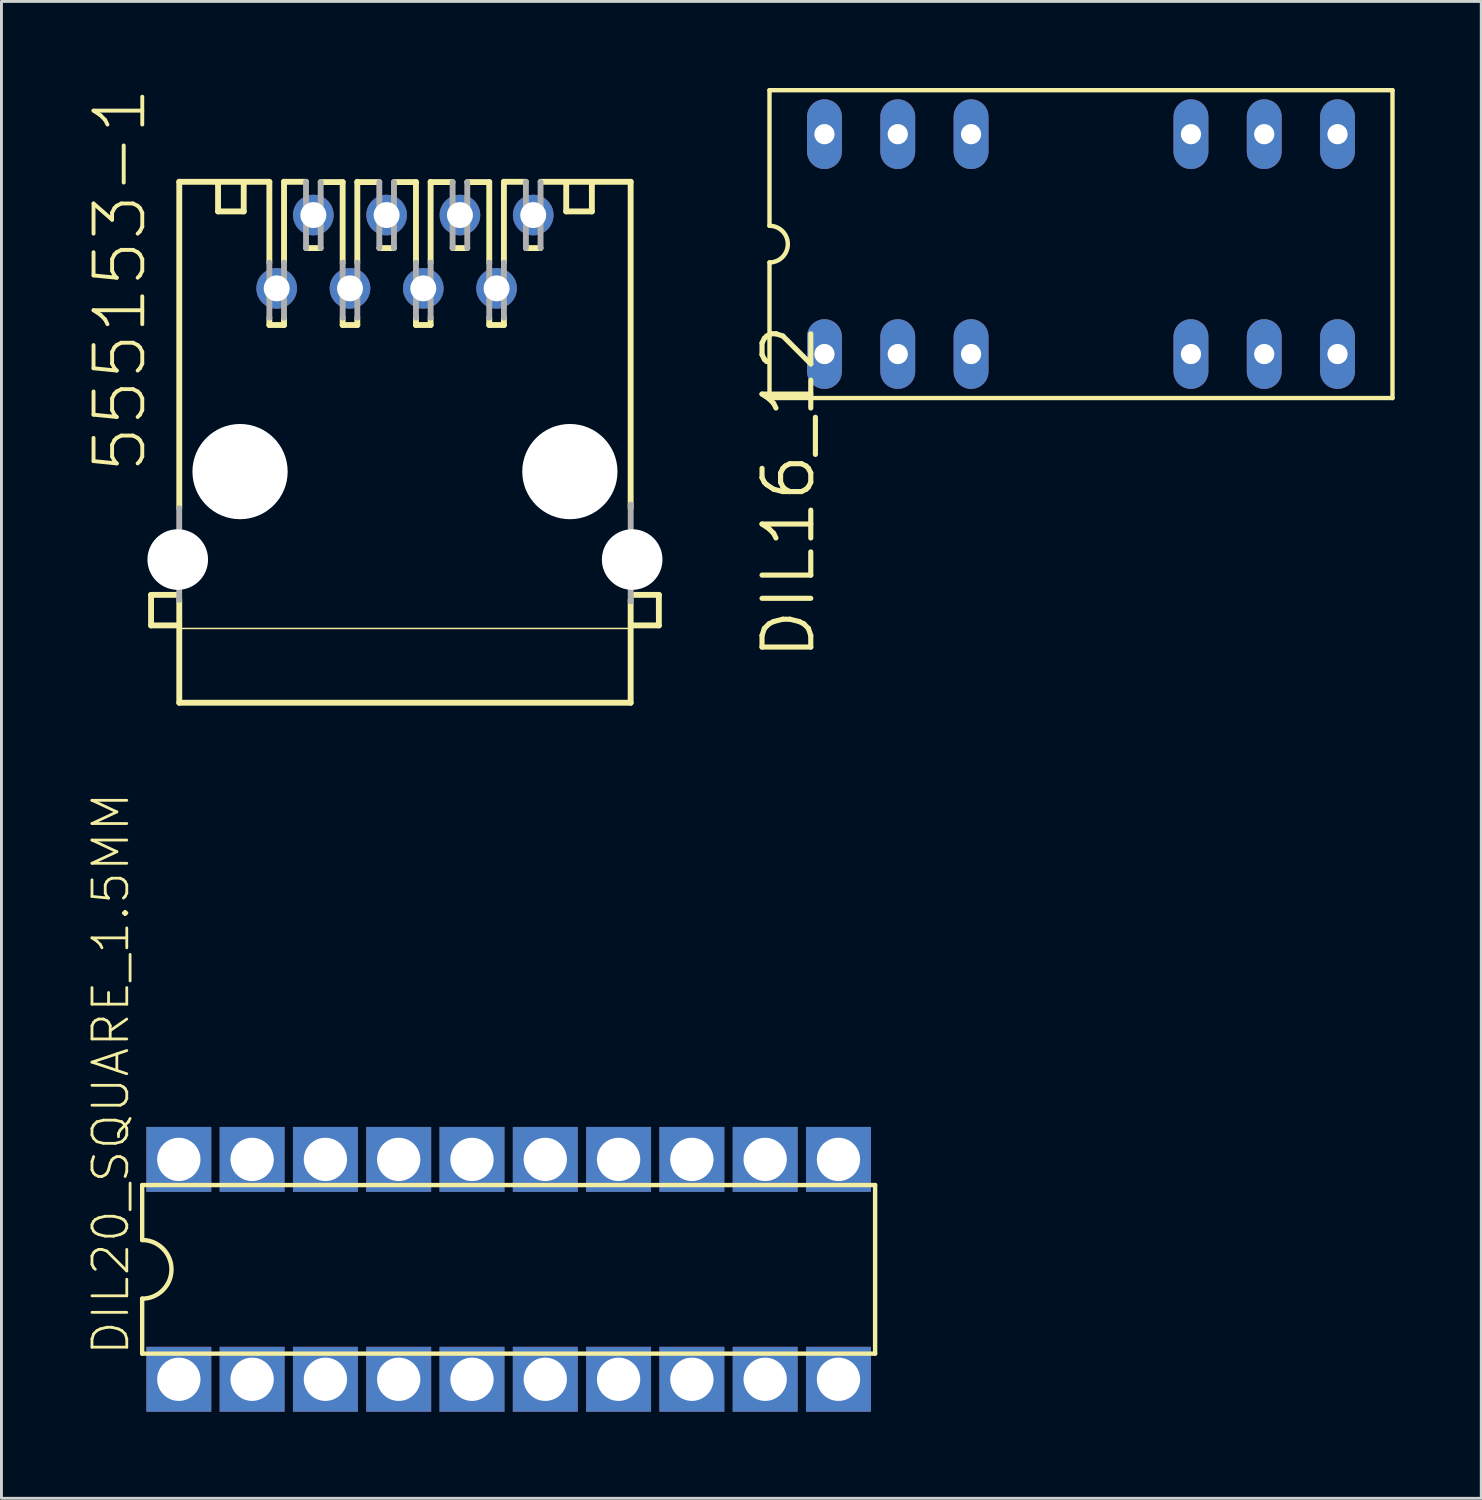
<source format=kicad_pcb>
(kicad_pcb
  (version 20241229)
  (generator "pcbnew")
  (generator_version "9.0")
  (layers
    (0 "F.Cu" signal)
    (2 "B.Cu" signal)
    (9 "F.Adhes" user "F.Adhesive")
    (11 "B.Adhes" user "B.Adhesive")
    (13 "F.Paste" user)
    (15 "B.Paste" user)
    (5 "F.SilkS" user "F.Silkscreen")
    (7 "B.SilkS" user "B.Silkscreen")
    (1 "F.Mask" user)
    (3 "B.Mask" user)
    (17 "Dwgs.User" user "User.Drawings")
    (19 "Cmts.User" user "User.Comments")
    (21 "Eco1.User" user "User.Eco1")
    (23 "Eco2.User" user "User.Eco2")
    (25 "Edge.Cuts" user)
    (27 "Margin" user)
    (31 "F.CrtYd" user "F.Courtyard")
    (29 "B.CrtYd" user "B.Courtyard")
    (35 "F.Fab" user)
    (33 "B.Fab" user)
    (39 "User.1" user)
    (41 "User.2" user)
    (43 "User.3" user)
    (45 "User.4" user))
  (footprint "555153-1"
    (layer "F.Cu")
    (at 10.984 13.293)
    (property "Reference" "555153-1" (at -8.89 0.127 270) (layer "F.SilkS") (effects (font (size 1.689 1.689) (thickness 0.135)) (justify left bottom)))
    (attr through_hole)
    (fp_line (start -8.799 4.273) (end -7.845 4.273) (stroke (width 0.203) (type solid)) (layer "F.SilkS"))
    (fp_line (start -8.799 5.331) (end -8.799 4.273) (stroke (width 0.203) (type solid)) (layer "F.SilkS"))
    (fp_line (start -7.874 5.436) (end 7.874 5.436) (stroke (width 0.051) (type solid)) (layer "F.SilkS"))
    (fp_line (start -7.844 5.331) (end -8.799 5.331) (stroke (width 0.203) (type solid)) (layer "F.SilkS"))
    (fp_line (start -7.821 -10.043) (end -4.699 -10.043) (stroke (width 0.203) (type solid)) (layer "F.SilkS"))
    (fp_line (start -7.821 1.27) (end -7.821 -10.043) (stroke (width 0.203) (type solid)) (layer "F.SilkS"))
    (fp_line (start -7.821 8.011) (end -7.821 4.445) (stroke (width 0.203) (type solid)) (layer "F.SilkS"))
    (fp_line (start -6.477 -10.033) (end -6.477 -9.017) (stroke (width 0.203) (type solid)) (layer "F.SilkS"))
    (fp_line (start -6.477 -9.017) (end -5.588 -9.017) (stroke (width 0.203) (type solid)) (layer "F.SilkS"))
    (fp_line (start -5.588 -9.017) (end -5.588 -10.033) (stroke (width 0.203) (type solid)) (layer "F.SilkS"))
    (fp_line (start -4.699 -7.239) (end -4.699 -10.033) (stroke (width 0.203) (type solid)) (layer "F.SilkS"))
    (fp_line (start -4.699 -5.08) (end -4.699 -5.334) (stroke (width 0.203) (type solid)) (layer "F.SilkS"))
    (fp_line (start -4.191 -10.043) (end -3.429 -10.043) (stroke (width 0.203) (type solid)) (layer "F.SilkS"))
    (fp_line (start -4.191 -7.239) (end -4.191 -10.043) (stroke (width 0.203) (type solid)) (layer "F.SilkS"))
    (fp_line (start -4.191 -5.08) (end -4.699 -5.08) (stroke (width 0.203) (type solid)) (layer "F.SilkS"))
    (fp_line (start -4.191 -5.08) (end -4.191 -5.334) (stroke (width 0.203) (type solid)) (layer "F.SilkS"))
    (fp_line (start -2.921 -10.033) (end -2.159 -10.033) (stroke (width 0.203) (type solid)) (layer "F.SilkS"))
    (fp_line (start -2.921 -7.747) (end -3.429 -7.747) (stroke (width 0.203) (type solid)) (layer "F.SilkS"))
    (fp_line (start -2.159 -7.239) (end -2.159 -10.033) (stroke (width 0.203) (type solid)) (layer "F.SilkS"))
    (fp_line (start -2.159 -5.08) (end -2.159 -5.334) (stroke (width 0.203) (type solid)) (layer "F.SilkS"))
    (fp_line (start -1.651 -10.033) (end -0.889 -10.033) (stroke (width 0.203) (type solid)) (layer "F.SilkS"))
    (fp_line (start -1.651 -7.239) (end -1.651 -10.043) (stroke (width 0.203) (type solid)) (layer "F.SilkS"))
    (fp_line (start -1.651 -5.08) (end -2.159 -5.08) (stroke (width 0.203) (type solid)) (layer "F.SilkS"))
    (fp_line (start -1.651 -5.08) (end -1.651 -5.334) (stroke (width 0.203) (type solid)) (layer "F.SilkS"))
    (fp_line (start -0.381 -10.033) (end 0.381 -10.033) (stroke (width 0.203) (type solid)) (layer "F.SilkS"))
    (fp_line (start -0.381 -7.747) (end -0.889 -7.747) (stroke (width 0.203) (type solid)) (layer "F.SilkS"))
    (fp_line (start 0.381 -7.239) (end 0.381 -10.033) (stroke (width 0.203) (type solid)) (layer "F.SilkS"))
    (fp_line (start 0.381 -5.08) (end 0.381 -5.334) (stroke (width 0.203) (type solid)) (layer "F.SilkS"))
    (fp_line (start 0.889 -10.033) (end 1.651 -10.033) (stroke (width 0.203) (type solid)) (layer "F.SilkS"))
    (fp_line (start 0.889 -7.239) (end 0.889 -10.043) (stroke (width 0.203) (type solid)) (layer "F.SilkS"))
    (fp_line (start 0.889 -5.08) (end 0.381 -5.08) (stroke (width 0.203) (type solid)) (layer "F.SilkS"))
    (fp_line (start 0.889 -5.08) (end 0.889 -5.334) (stroke (width 0.203) (type solid)) (layer "F.SilkS"))
    (fp_line (start 2.159 -10.033) (end 2.921 -10.033) (stroke (width 0.203) (type solid)) (layer "F.SilkS"))
    (fp_line (start 2.159 -7.747) (end 1.651 -7.747) (stroke (width 0.203) (type solid)) (layer "F.SilkS"))
    (fp_line (start 2.921 -7.239) (end 2.921 -10.033) (stroke (width 0.203) (type solid)) (layer "F.SilkS"))
    (fp_line (start 2.921 -5.08) (end 2.921 -5.334) (stroke (width 0.203) (type solid)) (layer "F.SilkS"))
    (fp_line (start 3.429 -10.043) (end 4.191 -10.043) (stroke (width 0.203) (type solid)) (layer "F.SilkS"))
    (fp_line (start 3.429 -7.239) (end 3.429 -10.043) (stroke (width 0.203) (type solid)) (layer "F.SilkS"))
    (fp_line (start 3.429 -5.08) (end 2.921 -5.08) (stroke (width 0.203) (type solid)) (layer "F.SilkS"))
    (fp_line (start 3.429 -5.08) (end 3.429 -5.334) (stroke (width 0.203) (type solid)) (layer "F.SilkS"))
    (fp_line (start 4.699 -10.043) (end 7.821 -10.043) (stroke (width 0.203) (type solid)) (layer "F.SilkS"))
    (fp_line (start 4.699 -7.747) (end 4.191 -7.747) (stroke (width 0.203) (type solid)) (layer "F.SilkS"))
    (fp_line (start 5.588 -9.017) (end 5.588 -10.033) (stroke (width 0.203) (type solid)) (layer "F.SilkS"))
    (fp_line (start 6.477 -10.033) (end 6.477 -9.017) (stroke (width 0.203) (type solid)) (layer "F.SilkS"))
    (fp_line (start 6.477 -9.017) (end 5.588 -9.017) (stroke (width 0.203) (type solid)) (layer "F.SilkS"))
    (fp_line (start 7.821 -10.043) (end 7.821 1.27) (stroke (width 0.203) (type solid)) (layer "F.SilkS"))
    (fp_line (start 7.821 4.445) (end 7.821 8.011) (stroke (width 0.203) (type solid)) (layer "F.SilkS"))
    (fp_line (start 7.821 8.011) (end -7.821 8.011) (stroke (width 0.203) (type solid)) (layer "F.SilkS"))
    (fp_line (start 7.869 5.331) (end 8.799 5.331) (stroke (width 0.203) (type solid)) (layer "F.SilkS"))
    (fp_line (start 8.799 4.273) (end 7.87 4.273) (stroke (width 0.203) (type solid)) (layer "F.SilkS"))
    (fp_line (start 8.799 5.331) (end 8.799 4.273) (stroke (width 0.203) (type solid)) (layer "F.SilkS"))
    (fp_line (start -7.823 4.445) (end -7.823 1.27) (stroke (width 0.203) (type solid)) (layer "F.Fab"))
    (fp_line (start -4.699 -7.239) (end -4.699 -5.334) (stroke (width 0.203) (type solid)) (layer "F.Fab"))
    (fp_line (start -4.191 -7.239) (end -4.191 -5.334) (stroke (width 0.203) (type solid)) (layer "F.Fab"))
    (fp_line (start -3.429 -10.043) (end -3.429 -7.747) (stroke (width 0.203) (type solid)) (layer "F.Fab"))
    (fp_line (start -2.921 -10.033) (end -2.921 -7.747) (stroke (width 0.203) (type solid)) (layer "F.Fab"))
    (fp_line (start -2.159 -7.239) (end -2.159 -5.334) (stroke (width 0.203) (type solid)) (layer "F.Fab"))
    (fp_line (start -1.651 -7.239) (end -1.651 -5.334) (stroke (width 0.203) (type solid)) (layer "F.Fab"))
    (fp_line (start -0.889 -10.033) (end -0.889 -7.747) (stroke (width 0.203) (type solid)) (layer "F.Fab"))
    (fp_line (start -0.381 -10.033) (end -0.381 -7.747) (stroke (width 0.203) (type solid)) (layer "F.Fab"))
    (fp_line (start 0.381 -7.239) (end 0.381 -5.334) (stroke (width 0.203) (type solid)) (layer "F.Fab"))
    (fp_line (start 0.889 -7.239) (end 0.889 -5.334) (stroke (width 0.203) (type solid)) (layer "F.Fab"))
    (fp_line (start 1.651 -10.033) (end 1.651 -7.747) (stroke (width 0.203) (type solid)) (layer "F.Fab"))
    (fp_line (start 2.159 -10.033) (end 2.159 -7.747) (stroke (width 0.203) (type solid)) (layer "F.Fab"))
    (fp_line (start 2.921 -7.239) (end 2.921 -5.334) (stroke (width 0.203) (type solid)) (layer "F.Fab"))
    (fp_line (start 3.429 -7.239) (end 3.429 -5.334) (stroke (width 0.203) (type solid)) (layer "F.Fab"))
    (fp_line (start 4.191 -10.043) (end 4.191 -7.747) (stroke (width 0.203) (type solid)) (layer "F.Fab"))
    (fp_line (start 4.699 -10.033) (end 4.699 -7.747) (stroke (width 0.203) (type solid)) (layer "F.Fab"))
    (fp_line (start 7.823 4.496) (end 7.823 1.143) (stroke (width 0.203) (type solid)) (layer "F.Fab"))
    (pad "" np_thru_hole circle (at -7.874 3.048) (size 2.1 2.1) (drill 2.1) (layers "*.Cu" "*.Mask"))
    (pad "" np_thru_hole circle (at -5.715 0) (size 3.3 3.3) (drill 3.3) (layers "*.Cu" "*.Mask"))
    (pad "" np_thru_hole circle (at 5.715 0) (size 3.3 3.3) (drill 3.3) (layers "*.Cu" "*.Mask"))
    (pad "" np_thru_hole circle (at 7.874 3.048) (size 2.1 2.1) (drill 2.1) (layers "*.Cu" "*.Mask"))
    (pad "1" thru_hole circle (at -4.445 -6.35) (size 1.408 1.408) (drill 0.9) (layers "*.Cu" "*.Mask"))
    (pad "2" thru_hole circle (at -3.175 -8.89) (size 1.408 1.408) (drill 0.9) (layers "*.Cu" "*.Mask"))
    (pad "3" thru_hole circle (at -1.905 -6.35) (size 1.408 1.408) (drill 0.9) (layers "*.Cu" "*.Mask"))
    (pad "4" thru_hole circle (at -0.635 -8.89) (size 1.408 1.408) (drill 0.9) (layers "*.Cu" "*.Mask"))
    (pad "5" thru_hole circle (at 0.635 -6.35) (size 1.408 1.408) (drill 0.9) (layers "*.Cu" "*.Mask"))
    (pad "6" thru_hole circle (at 1.905 -8.89) (size 1.408 1.408) (drill 0.9) (layers "*.Cu" "*.Mask"))
    (pad "7" thru_hole circle (at 3.175 -6.35) (size 1.408 1.408) (drill 0.9) (layers "*.Cu" "*.Mask"))
    (pad "8" thru_hole circle (at 4.445 -8.89) (size 1.408 1.408) (drill 0.9) (layers "*.Cu" "*.Mask")))
  (footprint "DIL16_12"
    (layer "F.Cu")
    (at 34.412 5.41)
    (property "Reference" "DIL16_12" (at -11.125 2.667 90) (layer "F.SilkS") (effects (font (size 1.689 1.689) (thickness 0.178)) (justify right top)))
    (attr through_hole)
    (fp_line (start -10.795 -5.334) (end -10.795 -0.635) (stroke (width 0.152) (type solid)) (layer "F.SilkS"))
    (fp_line (start -10.795 -5.334) (end 10.795 -5.334) (stroke (width 0.152) (type solid)) (layer "F.SilkS"))
    (fp_line (start -10.795 0.635) (end -10.795 5.334) (stroke (width 0.152) (type solid)) (layer "F.SilkS"))
    (fp_line (start -10.795 5.334) (end 10.795 5.334) (stroke (width 0.152) (type solid)) (layer "F.SilkS"))
    (fp_line (start 10.795 5.334) (end 10.795 -5.334) (stroke (width 0.152) (type solid)) (layer "F.SilkS"))
    (fp_arc (start -10.795 -0.635) (mid -10.16 0) (end -10.795 0.635) (stroke (width 0.1524) (type solid)) (layer "F.SilkS"))
    (pad "1" thru_hole oval (at -8.89 3.81 90) (size 2.416 1.208) (drill 0.7) (layers "*.Cu" "*.Mask"))
    (pad "2" thru_hole oval (at -6.35 3.81 90) (size 2.416 1.208) (drill 0.7) (layers "*.Cu" "*.Mask"))
    (pad "3" thru_hole oval (at -3.81 3.81 90) (size 2.416 1.208) (drill 0.7) (layers "*.Cu" "*.Mask"))
    (pad "6" thru_hole oval (at 3.81 3.81 90) (size 2.416 1.208) (drill 0.7) (layers "*.Cu" "*.Mask"))
    (pad "7" thru_hole oval (at 6.35 3.81 90) (size 2.416 1.208) (drill 0.7) (layers "*.Cu" "*.Mask"))
    (pad "8" thru_hole oval (at 8.89 3.81 90) (size 2.416 1.208) (drill 0.7) (layers "*.Cu" "*.Mask"))
    (pad "9" thru_hole oval (at 8.89 -3.81 90) (size 2.416 1.208) (drill 0.7) (layers "*.Cu" "*.Mask"))
    (pad "10" thru_hole oval (at 6.35 -3.81 90) (size 2.416 1.208) (drill 0.7) (layers "*.Cu" "*.Mask"))
    (pad "11" thru_hole oval (at 3.81 -3.81 90) (size 2.416 1.208) (drill 0.7) (layers "*.Cu" "*.Mask"))
    (pad "14" thru_hole oval (at -3.81 -3.81 90) (size 2.416 1.208) (drill 0.7) (layers "*.Cu" "*.Mask"))
    (pad "15" thru_hole oval (at -6.35 -3.81 90) (size 2.416 1.208) (drill 0.7) (layers "*.Cu" "*.Mask"))
    (pad "16" thru_hole oval (at -8.89 -3.81 90) (size 2.416 1.208) (drill 0.7) (layers "*.Cu" "*.Mask")))
  (footprint "DIL20_SQUARE_1.5MM"
    (layer "F.Cu")
    (at 14.577 40.939)
    (property "Reference" "DIL20_SQUARE_1.5MM" (at -13.081 3.048 270) (layer "F.SilkS") (effects (font (size 1.206 1.206) (thickness 0.097)) (justify left bottom)))
    (attr through_hole)
    (fp_line (start -12.7 -2.921) (end -12.7 -1.016) (stroke (width 0.152) (type solid)) (layer "F.SilkS"))
    (fp_line (start -12.7 2.921) (end -12.7 1.016) (stroke (width 0.152) (type solid)) (layer "F.SilkS"))
    (fp_line (start -12.7 2.921) (end 12.7 2.921) (stroke (width 0.152) (type solid)) (layer "F.SilkS"))
    (fp_line (start 12.7 -2.921) (end -12.7 -2.921) (stroke (width 0.152) (type solid)) (layer "F.SilkS"))
    (fp_line (start 12.7 -2.921) (end 12.7 2.921) (stroke (width 0.152) (type solid)) (layer "F.SilkS"))
    (fp_arc (start -12.7 -1.016) (mid -11.684 0) (end -12.7 1.016) (stroke (width 0.1524) (type solid)) (layer "F.SilkS"))
    (pad "1" thru_hole rect (at -11.43 3.81 90) (size 2.25 2.25) (drill 1.5) (layers "*.Cu" "*.Mask"))
    (pad "2" thru_hole rect (at -8.89 3.81 90) (size 2.25 2.25) (drill 1.5) (layers "*.Cu" "*.Mask"))
    (pad "3" thru_hole rect (at -6.35 3.81 90) (size 2.25 2.25) (drill 1.5) (layers "*.Cu" "*.Mask"))
    (pad "4" thru_hole rect (at -3.81 3.81 90) (size 2.25 2.25) (drill 1.5) (layers "*.Cu" "*.Mask"))
    (pad "5" thru_hole rect (at -1.27 3.81 90) (size 2.25 2.25) (drill 1.5) (layers "*.Cu" "*.Mask"))
    (pad "6" thru_hole rect (at 1.27 3.81 90) (size 2.25 2.25) (drill 1.5) (layers "*.Cu" "*.Mask"))
    (pad "7" thru_hole rect (at 3.81 3.81 90) (size 2.25 2.25) (drill 1.5) (layers "*.Cu" "*.Mask"))
    (pad "8" thru_hole rect (at 6.35 3.81 90) (size 2.25 2.25) (drill 1.5) (layers "*.Cu" "*.Mask"))
    (pad "9" thru_hole rect (at 8.89 3.81 90) (size 2.25 2.25) (drill 1.5) (layers "*.Cu" "*.Mask"))
    (pad "10" thru_hole rect (at 11.43 3.81 90) (size 2.25 2.25) (drill 1.5) (layers "*.Cu" "*.Mask"))
    (pad "11" thru_hole rect (at 11.43 -3.81 90) (size 2.25 2.25) (drill 1.5) (layers "*.Cu" "*.Mask"))
    (pad "12" thru_hole rect (at 8.89 -3.81 90) (size 2.25 2.25) (drill 1.5) (layers "*.Cu" "*.Mask"))
    (pad "13" thru_hole rect (at 6.35 -3.81 90) (size 2.25 2.25) (drill 1.5) (layers "*.Cu" "*.Mask"))
    (pad "14" thru_hole rect (at 3.81 -3.81 90) (size 2.25 2.25) (drill 1.5) (layers "*.Cu" "*.Mask"))
    (pad "15" thru_hole rect (at 1.27 -3.81 90) (size 2.25 2.25) (drill 1.5) (layers "*.Cu" "*.Mask"))
    (pad "16" thru_hole rect (at -1.27 -3.81 90) (size 2.25 2.25) (drill 1.5) (layers "*.Cu" "*.Mask"))
    (pad "17" thru_hole rect (at -3.81 -3.81 90) (size 2.25 2.25) (drill 1.5) (layers "*.Cu" "*.Mask"))
    (pad "18" thru_hole rect (at -6.35 -3.81 90) (size 2.25 2.25) (drill 1.5) (layers "*.Cu" "*.Mask"))
    (pad "19" thru_hole rect (at -8.89 -3.81 90) (size 2.25 2.25) (drill 1.5) (layers "*.Cu" "*.Mask"))
    (pad "20" thru_hole rect (at -11.43 -3.81 90) (size 2.25 2.25) (drill 1.5) (layers "*.Cu" "*.Mask")))
  (gr_rect
    (start -3 -3)
    (end 48.283 48.874)
    (stroke (width 0.1) (type default))
    (fill no)
    (layer "Edge.Cuts")))
</source>
